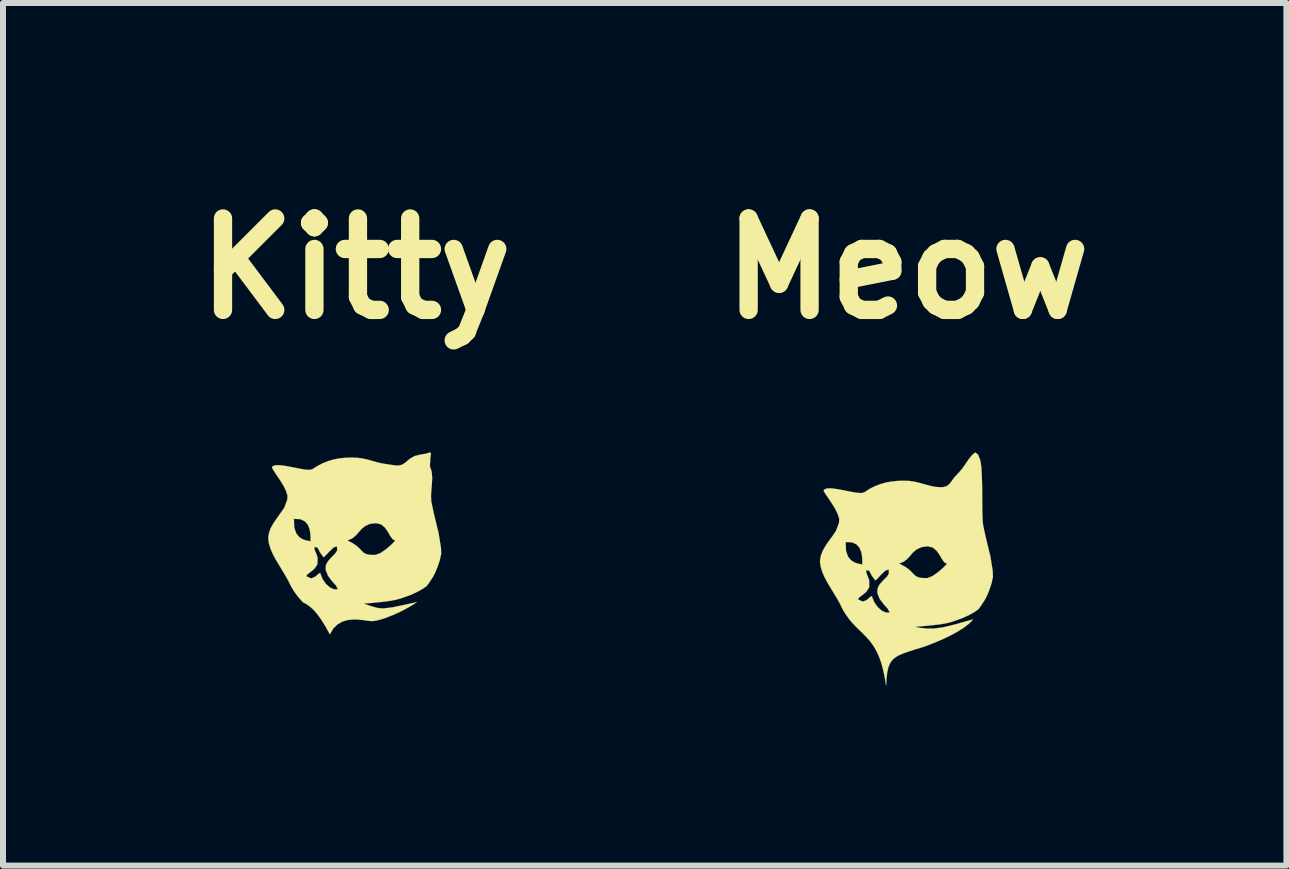
<source format=kicad_pcb>
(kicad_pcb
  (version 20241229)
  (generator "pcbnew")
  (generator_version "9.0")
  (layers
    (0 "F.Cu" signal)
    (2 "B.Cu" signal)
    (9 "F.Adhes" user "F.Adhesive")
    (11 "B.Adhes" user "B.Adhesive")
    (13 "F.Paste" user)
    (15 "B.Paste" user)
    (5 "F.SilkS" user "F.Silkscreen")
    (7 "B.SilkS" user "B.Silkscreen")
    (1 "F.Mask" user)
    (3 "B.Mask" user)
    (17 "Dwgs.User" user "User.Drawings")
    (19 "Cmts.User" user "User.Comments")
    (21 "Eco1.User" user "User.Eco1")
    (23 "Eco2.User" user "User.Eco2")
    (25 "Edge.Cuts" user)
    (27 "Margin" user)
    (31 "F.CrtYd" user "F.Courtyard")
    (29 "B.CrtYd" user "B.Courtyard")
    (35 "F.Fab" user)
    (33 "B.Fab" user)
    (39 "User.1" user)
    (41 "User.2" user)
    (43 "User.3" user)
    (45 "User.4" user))
  (footprint "Meow"
    (layer "F.Cu")
    (at 12.079 6.427)
    (property "Reference" "Meow" (at 0 -5 0) (layer "F.SilkS") (effects (font (size 1.524 1.524) (thickness 0.305))))
    (attr smd)
    (fp_poly (pts (xy -0.689 0.026) (xy -0.687 0.073) (xy -0.659 0.141) (xy -0.638 0.203) (xy -0.64 0.317) (xy -0.69 0.392) (xy -0.759 0.448) (xy -0.814 0.489) (xy -0.823 0.518) (xy -0.743 0.552) (xy -0.675 0.522) (xy -0.624 0.476) (xy -0.596 0.46) (xy -0.555 0.562) (xy -0.497 0.644) (xy -0.43 0.703) (xy -0.361 0.734) (xy -0.297 0.734) (xy -0.332 0.667) (xy -0.391 0.604) (xy -0.464 0.508) (xy -0.503 0.409) (xy -0.499 0.335) (xy -0.476 0.283) (xy -0.455 0.254) (xy -0.401 0.193) (xy -0.345 0.139) (xy -0.31 0.084) (xy -0.315 0.017) (xy -0.368 0.034) (xy -0.438 0.099) (xy -0.502 0.169) (xy -0.537 0.199) (xy -0.592 0.124) (xy -0.64 0.037) (xy -0.689 0.026) (xy -0.752 -0.065) (xy -0.754 -0.089) (xy -0.754 -0.138) (xy -0.758 -0.203) (xy -0.771 -0.274) (xy -0.8 -0.343) (xy -0.848 -0.4) (xy -0.924 -0.436) (xy -1.031 -0.441) (xy -1.195 -0.622) (xy -1.143 -0.757) (xy -1.138 -0.826) (xy -1.164 -0.909) (xy -1.209 -0.999) (xy -1.264 -1.089) (xy -1.32 -1.172) (xy -1.367 -1.241) (xy -1.396 -1.29) (xy -1.395 -1.312) (xy -1.347 -1.334) (xy -1.268 -1.336) (xy -1.169 -1.323) (xy -1.06 -1.303) (xy -0.951 -1.28) (xy -0.852 -1.263) (xy -0.773 -1.257) (xy -0.723 -1.269) (xy -0.633 -1.327) (xy -0.541 -1.373) (xy -0.449 -1.408) (xy -0.356 -1.434) (xy -0.262 -1.45) (xy -0.168 -1.46) (xy -0.072 -1.463) (xy 0.024 -1.46) (xy 0.123 -1.446) (xy 0.216 -1.423) (xy 0.304 -1.398) (xy 0.388 -1.375) (xy 0.469 -1.36) (xy 0.579 -1.354) (xy 0.649 -1.371) (xy 0.697 -1.406) (xy 0.735 -1.456) (xy 0.78 -1.519) (xy 0.848 -1.591) (xy 0.905 -1.656) (xy 0.963 -1.738) (xy 1.02 -1.821) (xy 1.076 -1.891) (xy 1.128 -1.934) (xy 1.175 -1.9) (xy 1.209 -1.813) (xy 1.221 -1.76) (xy 1.231 -1.681) (xy 1.237 -1.581) (xy 1.241 -1.467) (xy 1.244 -1.344) (xy 1.245 -1.218) (xy 1.246 -1.094) (xy 1.247 -0.978) (xy 1.249 -0.877) (xy 1.253 -0.795) (xy 1.258 -0.738) (xy 1.277 -0.642) (xy 1.302 -0.529) (xy 1.329 -0.415) (xy 1.353 -0.316) (xy 1.371 -0.245) (xy 1.378 -0.218) (xy 0.658 -0.077) (xy 0.613 -0.103) (xy 0.573 -0.159) (xy 0.533 -0.229) (xy 0.484 -0.297) (xy 0.421 -0.349) (xy 0.337 -0.37) (xy 0.233 -0.356) (xy 0.155 -0.321) (xy 0.096 -0.272) (xy 0.046 -0.215) (xy -0.004 -0.16) (xy -0.063 -0.113) (xy -0.139 -0.082) (xy -0.043 -0.031) (xy 0.023 0.016) (xy 0.068 0.059) (xy 0.103 0.096) (xy 0.136 0.126) (xy 0.179 0.147) (xy 0.241 0.159) (xy 0.332 0.16) (xy 0.415 0.127) (xy 0.507 0.063) (xy 0.594 -0.012) (xy 0.658 -0.077) (xy 1.378 -0.218) (xy 1.388 -0.16) (xy 1.406 -0.045) (xy 1.42 0.039) (xy 1.424 0.139) (xy 1.399 0.254) (xy 1.362 0.363) (xy 1.328 0.445) (xy 1.313 0.476) (xy 1.295 0.513) (xy 1.237 0.602) (xy 1.221 0.627) (xy 1.185 0.675) (xy 1.17 0.688) (xy 1.121 0.722) (xy 1.036 0.771) (xy 0.912 0.828) (xy 0.745 0.888) (xy 0.655 0.911) (xy 0.568 0.927) (xy 0.489 0.937) (xy 0.422 0.945) (xy 0.252 0.962) (xy 0.162 0.968) (xy 0.134 0.971) (xy 0.156 0.979) (xy 0.22 0.991) (xy 0.317 1.001) (xy 0.439 1.001) (xy 0.58 0.983) (xy 0.699 0.956) (xy 0.819 0.925) (xy 0.928 0.894) (xy 1.017 0.869) (xy 1.075 0.853) (xy 1.092 0.852) (xy 1.023 0.922) (xy 0.934 0.99) (xy 0.83 1.055) (xy 0.719 1.115) (xy 0.607 1.169) (xy 0.501 1.216) (xy 0.407 1.254) (xy 0.332 1.283) (xy 0.282 1.301) (xy 0.264 1.308) (xy 0.134 1.347) (xy 0.024 1.382) (xy -0.068 1.414) (xy -0.144 1.447) (xy -0.206 1.484) (xy -0.255 1.527) (xy -0.292 1.581) (xy -0.319 1.647) (xy -0.338 1.729) (xy -0.35 1.83) (xy -0.357 1.952) (xy -0.381 1.806) (xy -0.409 1.679) (xy -0.44 1.567) (xy -0.475 1.471) (xy -0.513 1.387) (xy -0.553 1.314) (xy -0.596 1.25) (xy -0.641 1.193) (xy -0.688 1.141) (xy -0.736 1.092) (xy -0.784 1.045) (xy -0.834 0.997) (xy -0.884 0.946) (xy -0.934 0.892) (xy -0.983 0.831) (xy -1.032 0.762) (xy -1.08 0.683) (xy -1.08 0.683) (xy -1.125 0.59) (xy -1.176 0.499) (xy -1.23 0.409) (xy -1.285 0.319) (xy -1.337 0.231) (xy -1.384 0.143) (xy -1.422 0.055) (xy -1.448 -0.031) (xy -1.46 -0.118) (xy -1.447 -0.206) (xy -1.417 -0.289) (xy -1.372 -0.369) (xy -1.318 -0.449) (xy -1.257 -0.532) (xy -1.195 -0.622) (xy -1.031 -0.441) (xy -1.026 -0.299) (xy -0.993 -0.2) (xy -0.942 -0.137) (xy -0.883 -0.1) (xy -0.826 -0.081) (xy -0.779 -0.072) (xy -0.752 -0.065) (xy -0.689 0.026)) (stroke (width 0.003) (type solid)) (fill yes) (layer "F.SilkS")))
  (footprint "Kitty"
    (layer "F.Cu")
    (at 2.881 6)
    (property "Reference" "Kitty" (at 0 -4.573 0) (layer "F.SilkS") (effects (font (size 1.524 1.524) (thickness 0.305))))
    (attr smd)
    (fp_poly (pts (xy -0.688 0.067) (xy -0.687 0.114) (xy -0.658 0.182) (xy -0.637 0.244) (xy -0.639 0.357) (xy -0.69 0.432) (xy -0.759 0.489) (xy -0.813 0.53) (xy -0.822 0.559) (xy -0.743 0.593) (xy -0.674 0.563) (xy -0.623 0.517) (xy -0.595 0.5) (xy -0.554 0.603) (xy -0.497 0.685) (xy -0.429 0.744) (xy -0.36 0.775) (xy -0.297 0.774) (xy -0.332 0.708) (xy -0.391 0.644) (xy -0.463 0.549) (xy -0.502 0.45) (xy -0.499 0.375) (xy -0.475 0.324) (xy -0.454 0.295) (xy -0.4 0.234) (xy -0.345 0.18) (xy -0.309 0.124) (xy -0.315 0.057) (xy -0.368 0.075) (xy -0.437 0.14) (xy -0.501 0.209) (xy -0.537 0.24) (xy -0.592 0.164) (xy -0.64 0.078) (xy -0.688 0.067) (xy -0.751 -0.025) (xy -0.754 -0.048) (xy -0.754 -0.097) (xy -0.758 -0.162) (xy -0.771 -0.233) (xy -0.799 -0.302) (xy -0.848 -0.359) (xy -0.923 -0.395) (xy -1.03 -0.4) (xy -1.194 -0.581) (xy -1.143 -0.716) (xy -1.138 -0.785) (xy -1.163 -0.868) (xy -1.208 -0.958) (xy -1.264 -1.048) (xy -1.32 -1.131) (xy -1.367 -1.201) (xy -1.395 -1.25) (xy -1.395 -1.271) (xy -1.346 -1.294) (xy -1.267 -1.295) (xy -1.169 -1.282) (xy -1.06 -1.262) (xy -0.951 -1.24) (xy -0.852 -1.222) (xy -0.772 -1.216) (xy -0.723 -1.228) (xy -0.632 -1.286) (xy -0.541 -1.332) (xy -0.449 -1.367) (xy -0.356 -1.393) (xy -0.262 -1.41) (xy -0.167 -1.419) (xy -0.072 -1.422) (xy 0.025 -1.419) (xy 0.124 -1.405) (xy 0.217 -1.383) (xy 0.304 -1.358) (xy 0.388 -1.335) (xy 0.47 -1.319) (xy 0.583 -1.302) (xy 0.663 -1.291) (xy 0.722 -1.29) (xy 0.773 -1.304) (xy 0.827 -1.339) (xy 0.898 -1.4) (xy 0.98 -1.448) (xy 1.073 -1.471) (xy 1.164 -1.486) (xy 1.24 -1.508) (xy 1.254 -1.489) (xy 1.242 -1.407) (xy 1.236 -1.278) (xy 1.265 -1.189) (xy 1.274 -1.089) (xy 1.269 -0.984) (xy 1.26 -0.88) (xy 1.254 -0.782) (xy 1.258 -0.698) (xy 1.277 -0.601) (xy 1.302 -0.488) (xy 1.329 -0.375) (xy 1.353 -0.275) (xy 1.371 -0.204) (xy 1.378 -0.177) (xy 0.658 -0.036) (xy 0.613 -0.063) (xy 0.573 -0.118) (xy 0.533 -0.188) (xy 0.484 -0.257) (xy 0.421 -0.309) (xy 0.337 -0.329) (xy 0.233 -0.316) (xy 0.155 -0.28) (xy 0.096 -0.231) (xy 0.046 -0.175) (xy -0.004 -0.119) (xy -0.063 -0.072) (xy -0.139 -0.041) (xy -0.043 0.01) (xy 0.023 0.057) (xy 0.068 0.1) (xy 0.103 0.137) (xy 0.136 0.167) (xy 0.179 0.188) (xy 0.241 0.2) (xy 0.332 0.2) (xy 0.415 0.168) (xy 0.507 0.104) (xy 0.594 0.029) (xy 0.658 -0.037) (xy 1.378 -0.177) (xy 1.388 -0.119) (xy 1.406 -0.004) (xy 1.42 0.08) (xy 1.424 0.18) (xy 1.399 0.295) (xy 1.362 0.404) (xy 1.328 0.485) (xy 1.313 0.517) (xy 1.295 0.554) (xy 1.237 0.643) (xy 1.221 0.668) (xy 1.185 0.716) (xy 1.17 0.729) (xy 1.121 0.763) (xy 1.036 0.811) (xy 0.912 0.869) (xy 0.745 0.928) (xy 0.655 0.952) (xy 0.568 0.967) (xy 0.489 0.978) (xy 0.422 0.986) (xy 0.252 1.003) (xy 0.162 1.009) (xy 0.134 1.012) (xy 0.177 1.028) (xy 0.27 1.059) (xy 0.359 1.084) (xy 0.437 1.093) (xy 0.512 1.087) (xy 0.613 1.075) (xy 1.019 0.988) (xy 0.918 1.052) (xy 0.813 1.111) (xy 0.708 1.164) (xy 0.605 1.209) (xy 0.508 1.247) (xy 0.421 1.276) (xy 0.346 1.295) (xy 0.288 1.304) (xy 0.24 1.303) (xy 0.179 1.295) (xy 0.106 1.285) (xy 0.026 1.278) (xy -0.058 1.278) (xy -0.144 1.288) (xy -0.227 1.314) (xy -0.305 1.359) (xy -0.375 1.428) (xy -0.432 1.525) (xy -0.51 1.384) (xy -0.581 1.271) (xy -0.646 1.183) (xy -0.706 1.114) (xy -0.765 1.062) (xy -0.823 1.021) (xy -0.882 0.989) (xy -0.932 0.934) (xy -0.982 0.873) (xy -1.032 0.803) (xy -1.08 0.723) (xy -1.08 0.723) (xy -1.125 0.631) (xy -1.176 0.54) (xy -1.231 0.449) (xy -1.285 0.36) (xy -1.338 0.271) (xy -1.384 0.184) (xy -1.422 0.096) (xy -1.448 0.009) (xy -1.46 -0.078) (xy -1.447 -0.165) (xy -1.417 -0.248) (xy -1.372 -0.328) (xy -1.318 -0.408) (xy -1.257 -0.492) (xy -1.195 -0.581) (xy -1.031 -0.4) (xy -1.026 -0.258) (xy -0.993 -0.159) (xy -0.942 -0.096) (xy -0.883 -0.059) (xy -0.826 -0.04) (xy -0.779 -0.032) (xy -0.752 -0.025) (xy -0.688 0.067)) (stroke (width 0.003) (type solid)) (fill yes) (layer "F.SilkS")))
  (gr_rect
    (start -3 -3)
    (end 18.395 11.38)
    (stroke (width 0.1) (type default))
    (fill no)
    (layer "Edge.Cuts")))
</source>
